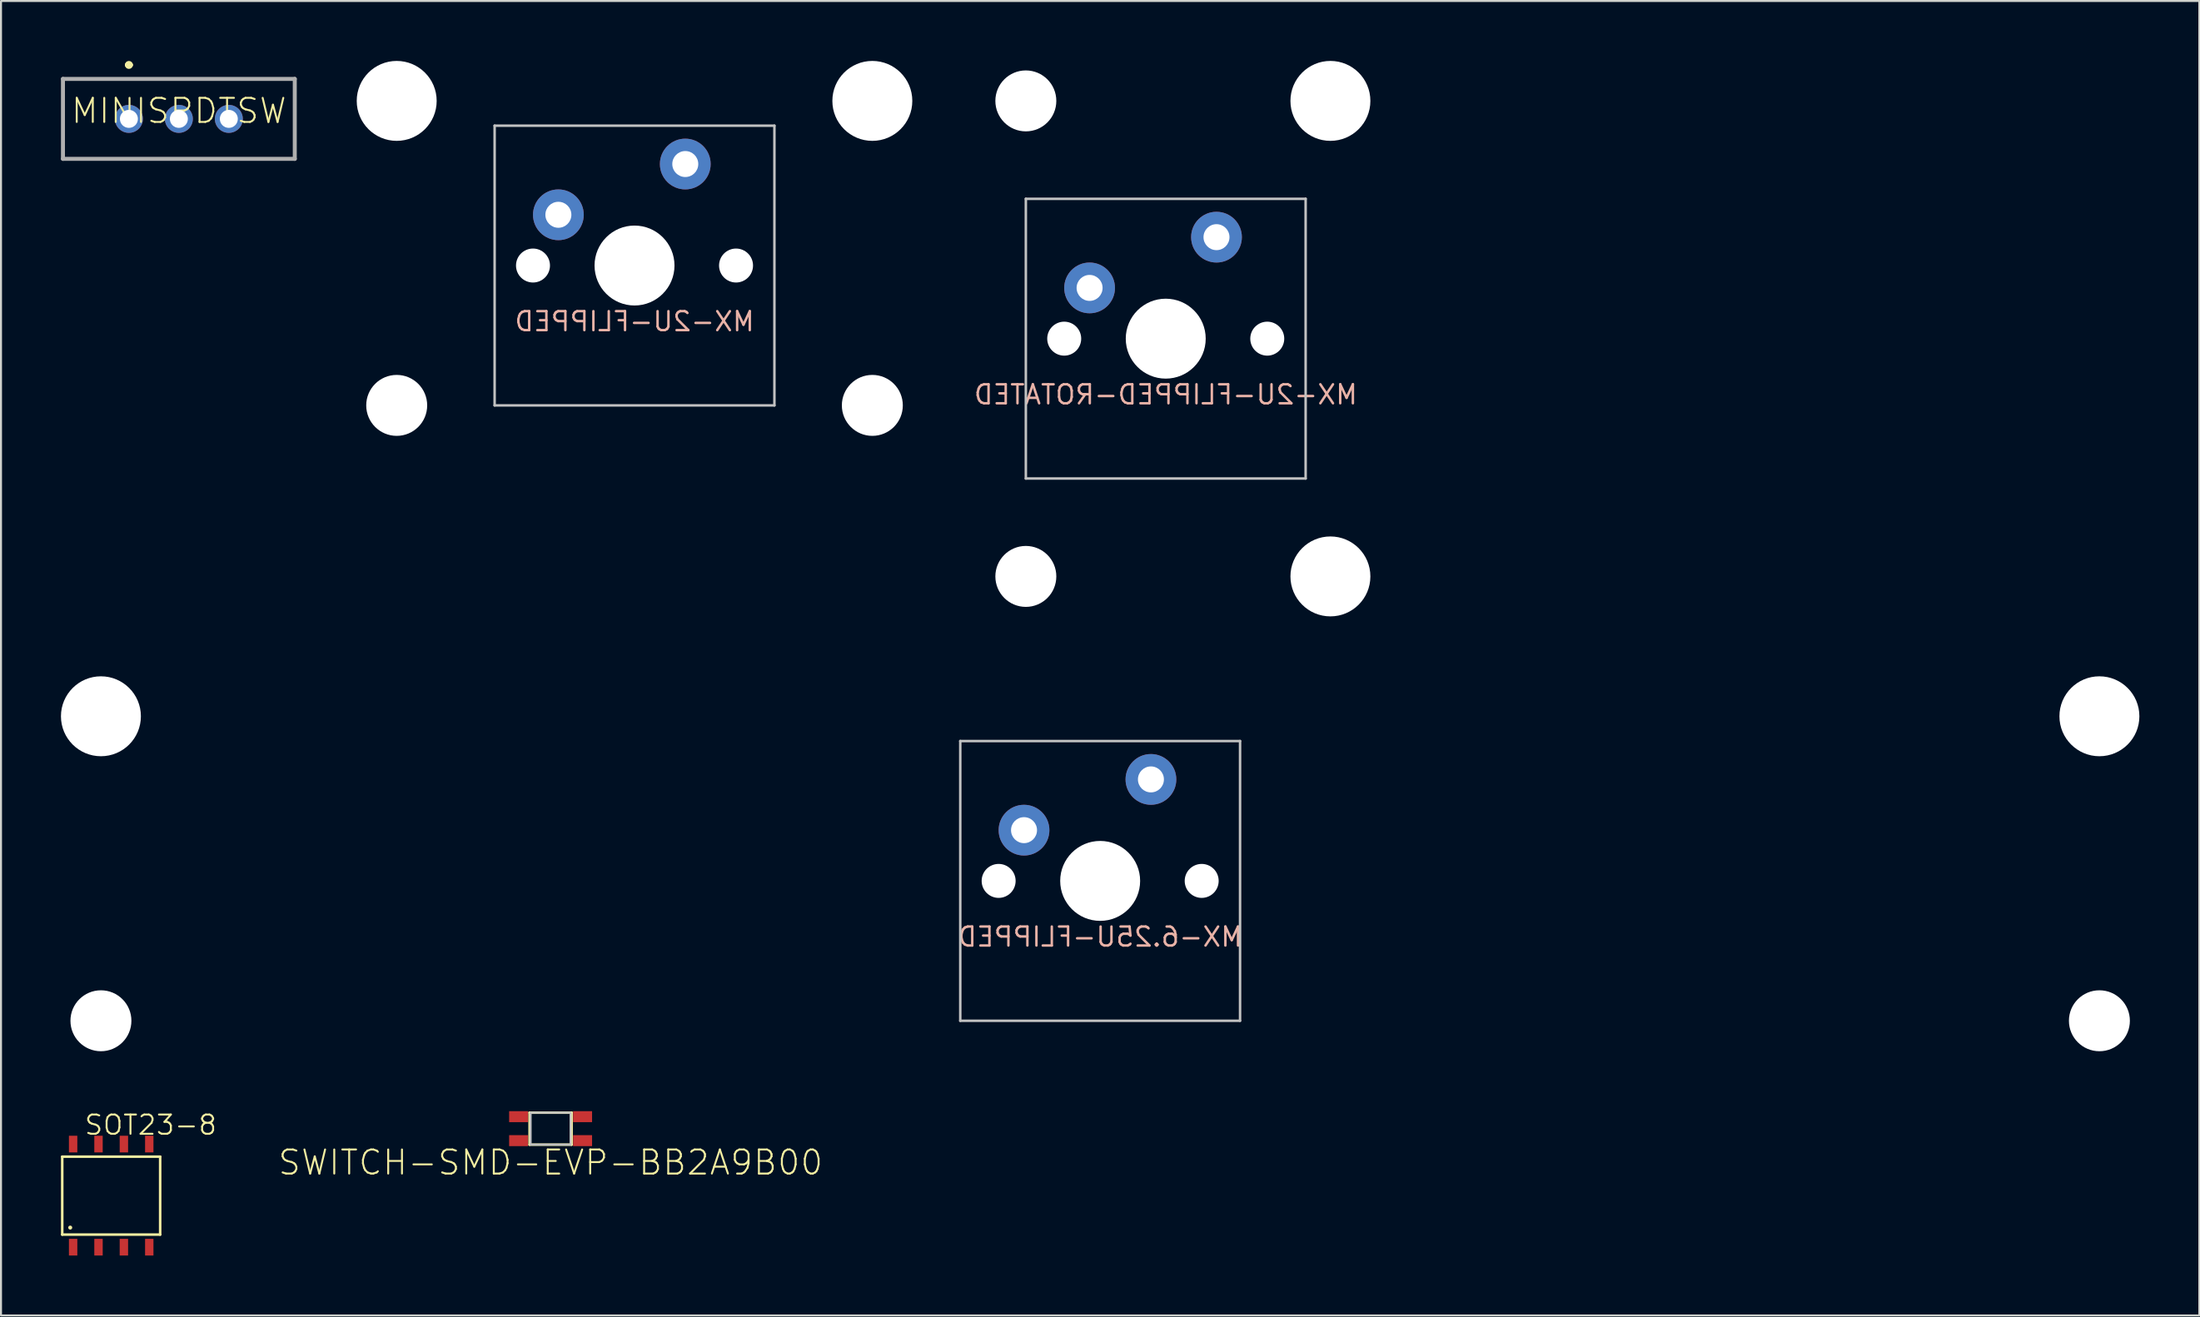
<source format=kicad_pcb>
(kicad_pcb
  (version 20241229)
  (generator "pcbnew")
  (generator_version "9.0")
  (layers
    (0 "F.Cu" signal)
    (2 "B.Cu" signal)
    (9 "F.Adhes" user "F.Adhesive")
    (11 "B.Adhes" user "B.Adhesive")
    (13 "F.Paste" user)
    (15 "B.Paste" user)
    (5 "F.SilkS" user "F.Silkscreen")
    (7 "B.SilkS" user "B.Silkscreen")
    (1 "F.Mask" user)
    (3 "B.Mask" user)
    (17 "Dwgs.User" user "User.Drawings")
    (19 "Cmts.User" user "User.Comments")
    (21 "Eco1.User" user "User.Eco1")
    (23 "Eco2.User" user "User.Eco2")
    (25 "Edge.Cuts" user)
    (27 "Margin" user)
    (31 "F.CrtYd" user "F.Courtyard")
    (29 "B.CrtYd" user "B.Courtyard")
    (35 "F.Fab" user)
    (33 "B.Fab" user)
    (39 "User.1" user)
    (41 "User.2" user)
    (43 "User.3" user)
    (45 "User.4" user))
  (footprint "SOT23-8"
    (layer "F.Cu")
    (at 2.514 56.792)
    (property "Reference" "SOT23-8" (at -1.397 -2.972 0) (layer "F.SilkS") (effects (font (size 0.965 0.965) (thickness 0.097)) (justify left bottom)))
    (attr through_hole)
    (fp_line (start -2.45 -1.95) (end 2.45 -1.95) (stroke (width 0.127) (type solid)) (layer "F.SilkS"))
    (fp_line (start -2.45 1.95) (end -2.45 -1.95) (stroke (width 0.127) (type solid)) (layer "F.SilkS"))
    (fp_line (start -2.45 1.95) (end 2.45 1.95) (stroke (width 0.127) (type solid)) (layer "F.SilkS"))
    (fp_line (start 2.45 1.95) (end 2.45 -1.95) (stroke (width 0.127) (type solid)) (layer "F.SilkS"))
    (fp_circle (center -2.05 1.6) (end -2 1.6) (stroke (width 0.1) (type solid)) (fill no) (layer "F.SilkS"))
    (pad "1" smd rect (at -1.905 2.58) (size 0.42 0.835) (layers "F.Cu" "F.Mask" "F.Paste"))
    (pad "2" smd rect (at -0.635 2.58) (size 0.42 0.835) (layers "F.Cu" "F.Mask" "F.Paste"))
    (pad "3" smd rect (at 0.635 2.58) (size 0.42 0.835) (layers "F.Cu" "F.Mask" "F.Paste"))
    (pad "4" smd rect (at 1.905 2.58) (size 0.42 0.835) (layers "F.Cu" "F.Mask" "F.Paste"))
    (pad "5" smd rect (at 1.905 -2.58) (size 0.42 0.835) (layers "F.Cu" "F.Mask" "F.Paste"))
    (pad "6" smd rect (at 0.635 -2.58) (size 0.42 0.835) (layers "F.Cu" "F.Mask" "F.Paste"))
    (pad "7" smd rect (at -0.635 -2.58) (size 0.42 0.835) (layers "F.Cu" "F.Mask" "F.Paste"))
    (pad "8" smd rect (at -1.905 -2.58) (size 0.42 0.835) (layers "F.Cu" "F.Mask" "F.Paste")))
  (footprint "MX-2U-FLIPPED-ROTATED"
    (layer "F.Cu")
    (at 55.281 13.9)
    (property "Reference" "MX-2U-FLIPPED-ROTATED" (at 0 2.8 180) (layer "B.SilkS") (effects (font (size 0.95 0.95) (thickness 0.123)) (justify mirror)))
    (attr through_hole)
    (fp_line (start -7 -7) (end 7 -7) (stroke (width 0.125) (type solid)) (layer "Dwgs.User"))
    (fp_line (start -7 7) (end -7 -7) (stroke (width 0.125) (type solid)) (layer "Dwgs.User"))
    (fp_line (start 7 -7) (end 7 7) (stroke (width 0.125) (type solid)) (layer "Dwgs.User"))
    (fp_line (start 7 7) (end -7 7) (stroke (width 0.125) (type solid)) (layer "Dwgs.User"))
    (pad "" np_thru_hole circle (at -7 -11.9) (size 3.05 3.05) (drill 3.05) (layers "*.Cu" "*.Mask"))
    (pad "" np_thru_hole circle (at -7 11.9) (size 3.05 3.05) (drill 3.05) (layers "*.Cu" "*.Mask"))
    (pad "" np_thru_hole circle (at -5.08 0) (size 1.7 1.7) (drill 1.7) (layers "*.Cu" "*.Mask"))
    (pad "" np_thru_hole circle (at 0 0) (size 4 4) (drill 4) (layers "*.Cu" "*.Mask"))
    (pad "" np_thru_hole circle (at 5.08 0) (size 1.7 1.7) (drill 1.7) (layers "*.Cu" "*.Mask"))
    (pad "" np_thru_hole circle (at 8.24 -11.9) (size 4 4) (drill 4) (layers "*.Cu" "*.Mask"))
    (pad "" np_thru_hole circle (at 8.24 11.9) (size 4 4) (drill 4) (layers "*.Cu" "*.Mask"))
    (pad "MX1" thru_hole circle (at -3.81 -2.54) (size 2.54 2.54) (drill 1.3) (layers "*.Cu" "*.Mask"))
    (pad "MX2" thru_hole circle (at 2.54 -5.08) (size 2.54 2.54) (drill 1.3) (layers "*.Cu" "*.Mask")))
  (footprint "MX-2U-FLIPPED"
    (layer "F.Cu")
    (at 28.7 10.24)
    (property "Reference" "MX-2U-FLIPPED" (at 0 2.8 180) (layer "B.SilkS") (effects (font (size 0.95 0.95) (thickness 0.123)) (justify mirror)))
    (attr through_hole)
    (fp_line (start -7 -7) (end 7 -7) (stroke (width 0.125) (type solid)) (layer "Dwgs.User"))
    (fp_line (start -7 7) (end -7 -7) (stroke (width 0.125) (type solid)) (layer "Dwgs.User"))
    (fp_line (start 7 -7) (end 7 7) (stroke (width 0.125) (type solid)) (layer "Dwgs.User"))
    (fp_line (start 7 7) (end -7 7) (stroke (width 0.125) (type solid)) (layer "Dwgs.User"))
    (pad "" np_thru_hole circle (at -11.9 -8.24) (size 4 4) (drill 4) (layers "*.Cu" "*.Mask"))
    (pad "" np_thru_hole circle (at -11.9 7) (size 3.05 3.05) (drill 3.05) (layers "*.Cu" "*.Mask"))
    (pad "" np_thru_hole circle (at -5.08 0) (size 1.7 1.7) (drill 1.7) (layers "*.Cu" "*.Mask"))
    (pad "" np_thru_hole circle (at 0 0) (size 4 4) (drill 4) (layers "*.Cu" "*.Mask"))
    (pad "" np_thru_hole circle (at 5.08 0) (size 1.7 1.7) (drill 1.7) (layers "*.Cu" "*.Mask"))
    (pad "" np_thru_hole circle (at 11.9 -8.24) (size 4 4) (drill 4) (layers "*.Cu" "*.Mask"))
    (pad "" np_thru_hole circle (at 11.9 7) (size 3.05 3.05) (drill 3.05) (layers "*.Cu" "*.Mask"))
    (pad "MX1" thru_hole circle (at -3.81 -2.54) (size 2.54 2.54) (drill 1.3) (layers "*.Cu" "*.Mask"))
    (pad "MX2" thru_hole circle (at 2.54 -5.08) (size 2.54 2.54) (drill 1.3) (layers "*.Cu" "*.Mask")))
  (footprint "MINISPDTSW"
    (layer "F.Cu")
    (at 5.9 2.9)
    (property "Reference" "MINISPDTSW" (at 0 -0.4 0) (layer "F.SilkS") (effects (font (size 1.206 1.206) (thickness 0.097))))
    (attr through_hole)
    (fp_line (start -5.8 -2) (end 5.8 -2) (stroke (width 0.1) (type solid)) (layer "F.SilkS"))
    (fp_line (start -5.8 2) (end -5.8 -2) (stroke (width 0.1) (type solid)) (layer "F.SilkS"))
    (fp_line (start -2.6 -2.7) (end -2.6 -2.7) (stroke (width 0.2) (type solid)) (layer "F.SilkS"))
    (fp_line (start -2.4 -2.7) (end -2.4 -2.7) (stroke (width 0.2) (type solid)) (layer "F.SilkS"))
    (fp_line (start 5.8 -2) (end 5.8 2) (stroke (width 0.1) (type solid)) (layer "F.SilkS"))
    (fp_line (start 5.8 2) (end -5.8 2) (stroke (width 0.1) (type solid)) (layer "F.SilkS"))
    (fp_arc (start -2.6 -2.7) (mid -2.5 -2.8) (end -2.4 -2.7) (stroke (width 0.2) (type solid)) (layer "F.SilkS"))
    (fp_arc (start -2.4 -2.7) (mid -2.5 -2.6) (end -2.6 -2.7) (stroke (width 0.2) (type solid)) (layer "F.SilkS"))
    (fp_line (start -5.8 -2) (end 5.8 -2) (stroke (width 0.2) (type solid)) (layer "F.Fab"))
    (fp_line (start -5.8 2) (end -5.8 -2) (stroke (width 0.2) (type solid)) (layer "F.Fab"))
    (fp_line (start 5.8 -2) (end 5.8 2) (stroke (width 0.2) (type solid)) (layer "F.Fab"))
    (fp_line (start 5.8 2) (end -5.8 2) (stroke (width 0.2) (type solid)) (layer "F.Fab"))
    (pad "1" thru_hole circle (at -2.5 0) (size 1.4 1.4) (drill 0.9) (layers "*.Cu" "*.Mask"))
    (pad "2" thru_hole circle (at 0 0) (size 1.4 1.4) (drill 0.9) (layers "*.Cu" "*.Mask"))
    (pad "3" thru_hole circle (at 2.5 0) (size 1.4 1.4) (drill 0.9) (layers "*.Cu" "*.Mask")))
  (footprint "SWITCH-SMD-EVP-BB2A9B00"
    (layer "F.Cu")
    (at 24.501 53.44)
    (property "Reference" "SWITCH-SMD-EVP-BB2A9B00" (at 0 2.4 0) (layer "F.SilkS") (effects (font (size 1.206 1.206) (thickness 0.097)) (justify bottom)))
    (attr through_hole)
    (fp_line (start -1.05 -0.8) (end -1.05 0.8) (stroke (width 0.127) (type solid)) (layer "F.SilkS"))
    (fp_line (start -1.05 0.8) (end 1.05 0.8) (stroke (width 0.127) (type solid)) (layer "F.SilkS"))
    (fp_line (start 1.05 -0.8) (end -1.05 -0.8) (stroke (width 0.127) (type solid)) (layer "F.SilkS"))
    (fp_line (start 1.05 0.8) (end 1.05 -0.8) (stroke (width 0.127) (type solid)) (layer "F.SilkS"))
    (fp_poly (pts (xy -1 -0.8) (xy -1 0.8) (xy 1 0.8) (xy 1 -0.8)) (stroke (width 0.1) (type solid)) (fill no) (layer "Dwgs.User"))
    (pad "A@1" smd rect (at -1.6 -0.6) (size 0.95 0.55) (layers "F.Cu" "F.Mask" "F.Paste"))
    (pad "A@2" smd rect (at -1.6 0.6) (size 0.95 0.55) (layers "F.Cu" "F.Mask" "F.Paste"))
    (pad "B@3" smd rect (at 1.6 -0.6) (size 0.95 0.55) (layers "F.Cu" "F.Mask" "F.Paste"))
    (pad "B@4" smd rect (at 1.6 0.6) (size 0.95 0.55) (layers "F.Cu" "F.Mask" "F.Paste")))
  (footprint "MX-6.25U-FLIPPED"
    (layer "F.Cu")
    (at 52 41.04)
    (property "Reference" "MX-6.25U-FLIPPED" (at 0 2.8 180) (layer "B.SilkS") (effects (font (size 0.95 0.95) (thickness 0.123)) (justify mirror)))
    (attr through_hole)
    (fp_line (start -7 -7) (end 7 -7) (stroke (width 0.125) (type solid)) (layer "Dwgs.User"))
    (fp_line (start -7 7) (end -7 -7) (stroke (width 0.125) (type solid)) (layer "Dwgs.User"))
    (fp_line (start 7 -7) (end 7 7) (stroke (width 0.125) (type solid)) (layer "Dwgs.User"))
    (fp_line (start 7 7) (end -7 7) (stroke (width 0.125) (type solid)) (layer "Dwgs.User"))
    (pad "" np_thru_hole circle (at -50 -8.24) (size 4 4) (drill 4) (layers "*.Cu" "*.Mask"))
    (pad "" np_thru_hole circle (at -50 7) (size 3.05 3.05) (drill 3.05) (layers "*.Cu" "*.Mask"))
    (pad "" np_thru_hole circle (at -5.08 0) (size 1.7 1.7) (drill 1.7) (layers "*.Cu" "*.Mask"))
    (pad "" np_thru_hole circle (at 0 0) (size 4 4) (drill 4) (layers "*.Cu" "*.Mask"))
    (pad "" np_thru_hole circle (at 5.08 0) (size 1.7 1.7) (drill 1.7) (layers "*.Cu" "*.Mask"))
    (pad "" np_thru_hole circle (at 50 -8.24) (size 4 4) (drill 4) (layers "*.Cu" "*.Mask"))
    (pad "" np_thru_hole circle (at 50 7) (size 3.05 3.05) (drill 3.05) (layers "*.Cu" "*.Mask"))
    (pad "MX1" thru_hole circle (at -3.81 -2.54) (size 2.54 2.54) (drill 1.3) (layers "*.Cu" "*.Mask"))
    (pad "MX2" thru_hole circle (at 2.54 -5.08) (size 2.54 2.54) (drill 1.3) (layers "*.Cu" "*.Mask")))
  (gr_rect
    (start -3 -3)
    (end 107 62.789)
    (stroke (width 0.1) (type default))
    (fill no)
    (layer "Edge.Cuts")))
</source>
